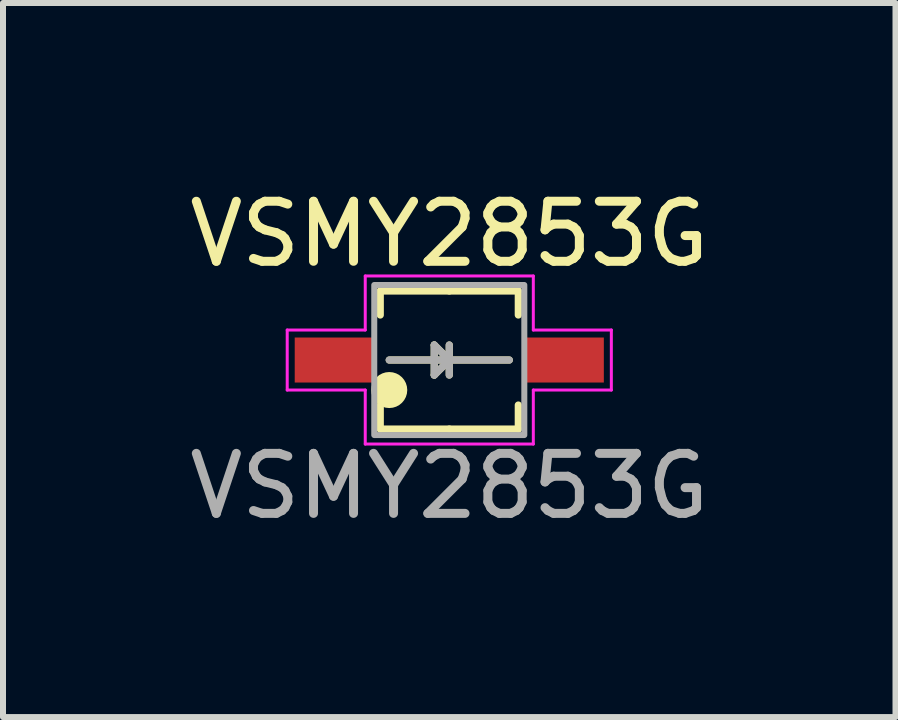
<source format=kicad_pcb>
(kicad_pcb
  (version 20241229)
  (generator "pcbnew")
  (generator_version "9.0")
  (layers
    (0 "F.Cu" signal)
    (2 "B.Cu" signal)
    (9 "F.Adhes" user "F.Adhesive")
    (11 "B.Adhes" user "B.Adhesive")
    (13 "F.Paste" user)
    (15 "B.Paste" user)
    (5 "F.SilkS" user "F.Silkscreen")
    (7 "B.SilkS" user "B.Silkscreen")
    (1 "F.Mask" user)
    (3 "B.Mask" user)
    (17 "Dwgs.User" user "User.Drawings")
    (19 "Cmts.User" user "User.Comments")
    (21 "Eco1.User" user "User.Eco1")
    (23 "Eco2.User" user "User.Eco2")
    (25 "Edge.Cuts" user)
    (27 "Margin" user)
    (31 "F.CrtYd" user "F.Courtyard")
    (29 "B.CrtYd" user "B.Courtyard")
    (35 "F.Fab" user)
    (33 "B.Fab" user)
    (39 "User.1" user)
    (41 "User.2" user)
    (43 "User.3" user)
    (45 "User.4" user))
  (footprint "VSMY2853G"
    (layer "F.Cu")
    (at 4.435 2.948)
    (property "Reference" "VSMY2853G" (at 0 -2.1 0) (unlocked yes) (layer "F.SilkS") (effects (font (size 1 1) (thickness 0.15))))
    (attr smd)
    (fp_line (start -1.15 -1.15) (end -1.15 -0.75) (stroke (width 0.12) (type default)) (layer "F.SilkS"))
    (fp_line (start -1.15 1.15) (end -1.15 0.75) (stroke (width 0.12) (type default)) (layer "F.SilkS"))
    (fp_line (start -1 0) (end 1 0) (stroke (width 0.12) (type default)) (layer "F.SilkS"))
    (fp_line (start -0.25 -0.25) (end 0 0) (stroke (width 0.12) (type default)) (layer "F.SilkS"))
    (fp_line (start -0.25 0.25) (end -0.25 -0.25) (stroke (width 0.12) (type default)) (layer "F.SilkS"))
    (fp_line (start 0 -1.15) (end -1.15 -1.15) (stroke (width 0.12) (type default)) (layer "F.SilkS"))
    (fp_line (start 0 -1.15) (end 1.15 -1.15) (stroke (width 0.12) (type default)) (layer "F.SilkS"))
    (fp_line (start 0 -0.25) (end 0 0.25) (stroke (width 0.12) (type default)) (layer "F.SilkS"))
    (fp_line (start 0 0) (end -0.25 0.25) (stroke (width 0.12) (type default)) (layer "F.SilkS"))
    (fp_line (start 0 1.15) (end -1.15 1.15) (stroke (width 0.12) (type default)) (layer "F.SilkS"))
    (fp_line (start 0 1.15) (end 1.15 1.15) (stroke (width 0.12) (type default)) (layer "F.SilkS"))
    (fp_line (start 1.15 -1.15) (end 1.15 -0.75) (stroke (width 0.12) (type default)) (layer "F.SilkS"))
    (fp_line (start 1.15 1.15) (end 1.15 0.75) (stroke (width 0.12) (type default)) (layer "F.SilkS"))
    (fp_circle (center -1 0.5) (end -1 0.5) (stroke (width 0.3) (type default)) (fill no) (layer "F.SilkS"))
    (fp_line (start -2.7 -0.5) (end -1.4 -0.5) (stroke (width 0.05) (type default)) (layer "F.CrtYd"))
    (fp_line (start -2.7 0.5) (end -2.7 -0.5) (stroke (width 0.05) (type default)) (layer "F.CrtYd"))
    (fp_line (start -1.4 -1.4) (end 1.4 -1.4) (stroke (width 0.05) (type default)) (layer "F.CrtYd"))
    (fp_line (start -1.4 -0.5) (end -1.4 -1.4) (stroke (width 0.05) (type default)) (layer "F.CrtYd"))
    (fp_line (start -1.4 0.5) (end -2.7 0.5) (stroke (width 0.05) (type default)) (layer "F.CrtYd"))
    (fp_line (start -1.4 1.4) (end -1.4 0.5) (stroke (width 0.05) (type default)) (layer "F.CrtYd"))
    (fp_line (start 1.4 -1.4) (end 1.4 -0.5) (stroke (width 0.05) (type default)) (layer "F.CrtYd"))
    (fp_line (start 1.4 -0.5) (end 2.7 -0.5) (stroke (width 0.05) (type default)) (layer "F.CrtYd"))
    (fp_line (start 1.4 0.5) (end 1.4 1.4) (stroke (width 0.05) (type default)) (layer "F.CrtYd"))
    (fp_line (start 1.4 1.4) (end -1.4 1.4) (stroke (width 0.05) (type default)) (layer "F.CrtYd"))
    (fp_line (start 2.7 -0.5) (end 2.7 0.5) (stroke (width 0.05) (type default)) (layer "F.CrtYd"))
    (fp_line (start 2.7 0.5) (end 1.4 0.5) (stroke (width 0.05) (type default)) (layer "F.CrtYd"))
    (fp_line (start -1 0) (end 1 0) (stroke (width 0.12) (type default)) (layer "F.Fab"))
    (fp_line (start -0.25 -0.25) (end 0 0) (stroke (width 0.12) (type default)) (layer "F.Fab"))
    (fp_line (start -0.25 0.25) (end -0.25 -0.25) (stroke (width 0.12) (type default)) (layer "F.Fab"))
    (fp_line (start 0 -0.25) (end 0 0.25) (stroke (width 0.12) (type default)) (layer "F.Fab"))
    (fp_line (start 0 0) (end -0.25 0.25) (stroke (width 0.12) (type default)) (layer "F.Fab"))
    (fp_rect (start 1.25 -1.25) (end -1.25 1.25) (stroke (width 0.1) (type default)) (fill no) (layer "F.Fab"))
    (fp_text user "${REFERENCE}" (at 0 2.1 0) (unlocked yes) (layer "F.Fab") (effects (font (size 1 1) (thickness 0.15))))
    (dimension (type aligned) (layer "User.2") (pts (xy 7.01 2.448) (xy 1.86 2.448)) (height 0) (format (prefix "") (suffix "") (units 3) (units_format 1) (precision 4) (suppress_zeroes yes)) (style (thickness 0.08) (arrow_length 0.3) (text_position_mode 0) (arrow_direction outward) (extension_height 0.586) (extension_offset 0.5) (keep_text_aligned yes)) (gr_text "5.15 mm" (at 4.435 2.198 0) (layer "User.2") (effects (font (size 0.2 0.2) (thickness 0.1) (bold yes)))))
    (dimension (type aligned) (layer "User.2") (pts (xy 5.66 2.948) (xy 3.21 2.948)) (height 0) (format (prefix "") (suffix "") (units 3) (units_format 1) (precision 4) (suppress_zeroes yes)) (style (thickness 0.08) (arrow_length 0.3) (text_position_mode 0) (arrow_direction outward) (extension_height 0.586) (extension_offset 0.5) (keep_text_aligned yes)) (gr_text "2.45 mm" (at 4.435 2.698 0) (layer "User.2") (effects (font (size 0.2 0.2) (thickness 0.1) (bold yes)))))
    (pad "1" smd rect (at -1.9 0) (size 1.35 0.75) (layers "F.Cu" "F.Mask" "F.Paste"))
    (pad "2" smd rect (at 1.9 0) (size 1.35 0.75) (layers "F.Cu" "F.Mask" "F.Paste")))
  (gr_rect
    (start -3 -3)
    (end 11.869 8.896)
    (stroke (width 0.1) (type default))
    (fill no)
    (layer "Edge.Cuts")))
</source>
